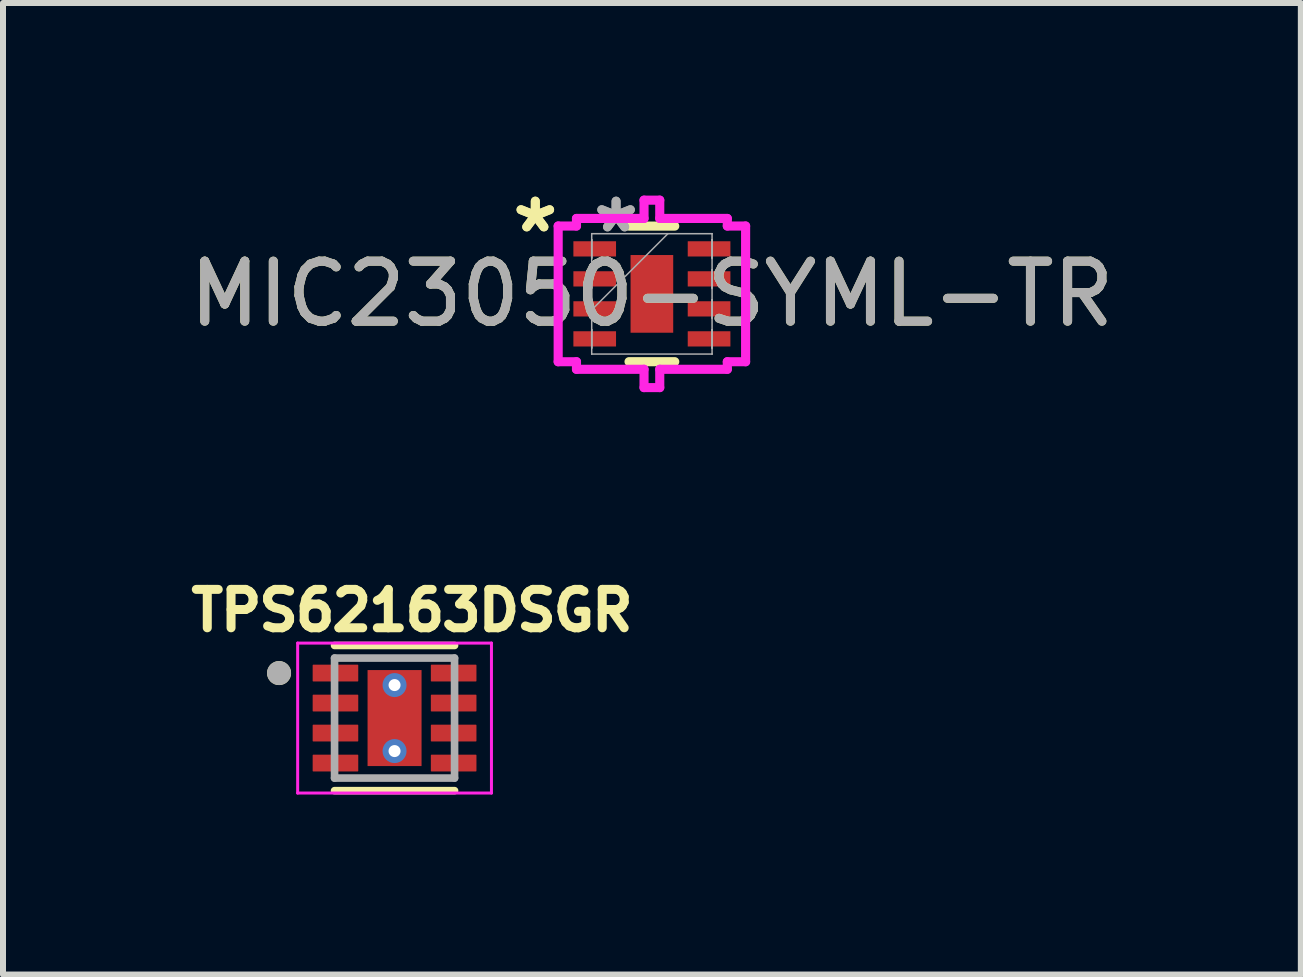
<source format=kicad_pcb>
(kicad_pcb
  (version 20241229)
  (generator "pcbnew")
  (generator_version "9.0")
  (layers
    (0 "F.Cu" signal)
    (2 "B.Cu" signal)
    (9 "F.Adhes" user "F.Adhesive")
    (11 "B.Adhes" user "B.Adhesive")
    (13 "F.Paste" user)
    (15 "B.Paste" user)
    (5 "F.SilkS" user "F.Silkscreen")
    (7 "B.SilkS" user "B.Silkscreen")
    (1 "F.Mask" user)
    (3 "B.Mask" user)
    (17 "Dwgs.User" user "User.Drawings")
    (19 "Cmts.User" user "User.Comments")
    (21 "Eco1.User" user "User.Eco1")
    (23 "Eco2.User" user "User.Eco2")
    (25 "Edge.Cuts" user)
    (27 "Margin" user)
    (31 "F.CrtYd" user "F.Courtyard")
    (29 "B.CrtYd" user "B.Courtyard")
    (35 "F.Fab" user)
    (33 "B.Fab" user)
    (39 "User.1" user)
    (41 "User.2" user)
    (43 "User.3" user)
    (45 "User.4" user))
  (footprint "TPS62163DSGR"
    (layer "F.Cu")
    (at 3.526 8.918)
    (property "Reference" "TPS62163DSGR" (at 0.292 -1.793 0) (layer "F.SilkS") (effects (font (size 0.64 0.64) (thickness 0.15))))
    (attr smd)
    (fp_line (start -1 -1.21) (end 1 -1.21) (stroke (width 0.127) (type solid)) (layer "F.SilkS"))
    (fp_line (start -1 1.21) (end 1 1.21) (stroke (width 0.127) (type solid)) (layer "F.SilkS"))
    (fp_circle (center -1.925 -0.75) (end -1.825 -0.75) (stroke (width 0.2) (type solid)) (fill no) (layer "F.SilkS"))
    (fp_poly (pts (xy -0.284 -0.506) (xy 0.284 -0.506) (xy 0.284 0.506) (xy -0.284 0.506)) (stroke (width 0.01) (type solid)) (fill yes) (layer "F.Paste"))
    (fp_line (start -1.615 -1.25) (end -1.615 1.25) (stroke (width 0.05) (type solid)) (layer "F.CrtYd"))
    (fp_line (start -1.615 -1.25) (end 1.615 -1.25) (stroke (width 0.05) (type solid)) (layer "F.CrtYd"))
    (fp_line (start -1.615 1.25) (end 1.615 1.25) (stroke (width 0.05) (type solid)) (layer "F.CrtYd"))
    (fp_line (start 1.615 -1.25) (end 1.615 1.25) (stroke (width 0.05) (type solid)) (layer "F.CrtYd"))
    (fp_line (start -1 -1) (end -1 1) (stroke (width 0.127) (type solid)) (layer "F.Fab"))
    (fp_line (start -1 -1) (end 1 -1) (stroke (width 0.127) (type solid)) (layer "F.Fab"))
    (fp_line (start -1 1) (end 1 1) (stroke (width 0.127) (type solid)) (layer "F.Fab"))
    (fp_line (start 1 -1) (end 1 1) (stroke (width 0.127) (type solid)) (layer "F.Fab"))
    (fp_circle (center -1.925 -0.75) (end -1.825 -0.75) (stroke (width 0.2) (type solid)) (fill no) (layer "F.Fab"))
    (pad "1" smd roundrect (at -0.985 -0.75) (size 0.76 0.28) (layers "F.Cu" "F.Mask" "F.Paste") (roundrect_rratio 0.04))
    (pad "2" smd roundrect (at -0.985 -0.25) (size 0.76 0.28) (layers "F.Cu" "F.Mask" "F.Paste") (roundrect_rratio 0.04))
    (pad "3" smd roundrect (at -0.985 0.25) (size 0.76 0.28) (layers "F.Cu" "F.Mask" "F.Paste") (roundrect_rratio 0.04))
    (pad "4" smd roundrect (at -0.985 0.75) (size 0.76 0.28) (layers "F.Cu" "F.Mask" "F.Paste") (roundrect_rratio 0.04))
    (pad "5" smd roundrect (at 0.985 0.75) (size 0.76 0.28) (layers "F.Cu" "F.Mask" "F.Paste") (roundrect_rratio 0.04))
    (pad "6" smd roundrect (at 0.985 0.25) (size 0.76 0.28) (layers "F.Cu" "F.Mask" "F.Paste") (roundrect_rratio 0.04))
    (pad "7" smd roundrect (at 0.985 -0.25) (size 0.76 0.28) (layers "F.Cu" "F.Mask" "F.Paste") (roundrect_rratio 0.04))
    (pad "8" smd roundrect (at 0.985 -0.75) (size 0.76 0.28) (layers "F.Cu" "F.Mask" "F.Paste") (roundrect_rratio 0.04))
    (pad "9" smd rect (at 0 0) (size 0.9 1.6) (layers "F.Cu" "F.Mask"))
    (pad "10" thru_hole circle (at 0 -0.55) (size 0.4 0.4) (drill 0.2) (layers "*.Cu"))
    (pad "11" thru_hole circle (at 0 0.55) (size 0.4 0.4) (drill 0.2) (layers "*.Cu")))
  (footprint "MIC23050-SYML-TR"
    (layer "F.Cu")
    (at 7.815 1.848)
    (property "Reference" "MIC23050-SYML-TR" (at 0 0 0) (unlocked yes) (layer "F.SilkS") (effects (font (size 1 1) (thickness 0.15))))
    (attr smd)
    (fp_line (start -0.381 1.13) (end 0.381 1.13) (stroke (width 0.152) (type solid)) (layer "F.SilkS"))
    (fp_line (start 0.381 -1.13) (end -0.381 -1.13) (stroke (width 0.152) (type solid)) (layer "F.SilkS"))
    (fp_line (start -1.562 -1.131) (end -1.257 -1.131) (stroke (width 0.152) (type solid)) (layer "F.CrtYd"))
    (fp_line (start -1.562 1.131) (end -1.562 -1.131) (stroke (width 0.152) (type solid)) (layer "F.CrtYd"))
    (fp_line (start -1.257 -1.257) (end -0.131 -1.257) (stroke (width 0.152) (type solid)) (layer "F.CrtYd"))
    (fp_line (start -1.257 -1.131) (end -1.257 -1.257) (stroke (width 0.152) (type solid)) (layer "F.CrtYd"))
    (fp_line (start -1.257 1.131) (end -1.562 1.131) (stroke (width 0.152) (type solid)) (layer "F.CrtYd"))
    (fp_line (start -1.257 1.257) (end -1.257 1.131) (stroke (width 0.152) (type solid)) (layer "F.CrtYd"))
    (fp_line (start -0.131 -1.562) (end 0.131 -1.562) (stroke (width 0.152) (type solid)) (layer "F.CrtYd"))
    (fp_line (start -0.131 -1.257) (end -0.131 -1.562) (stroke (width 0.152) (type solid)) (layer "F.CrtYd"))
    (fp_line (start -0.131 1.257) (end -1.257 1.257) (stroke (width 0.152) (type solid)) (layer "F.CrtYd"))
    (fp_line (start -0.131 1.562) (end -0.131 1.257) (stroke (width 0.152) (type solid)) (layer "F.CrtYd"))
    (fp_line (start 0.131 -1.562) (end 0.131 -1.257) (stroke (width 0.152) (type solid)) (layer "F.CrtYd"))
    (fp_line (start 0.131 -1.257) (end 1.257 -1.257) (stroke (width 0.152) (type solid)) (layer "F.CrtYd"))
    (fp_line (start 0.131 1.257) (end 0.131 1.562) (stroke (width 0.152) (type solid)) (layer "F.CrtYd"))
    (fp_line (start 0.131 1.562) (end -0.131 1.562) (stroke (width 0.152) (type solid)) (layer "F.CrtYd"))
    (fp_line (start 1.257 -1.257) (end 1.257 -1.131) (stroke (width 0.152) (type solid)) (layer "F.CrtYd"))
    (fp_line (start 1.257 -1.131) (end 1.562 -1.131) (stroke (width 0.152) (type solid)) (layer "F.CrtYd"))
    (fp_line (start 1.257 1.131) (end 1.257 1.257) (stroke (width 0.152) (type solid)) (layer "F.CrtYd"))
    (fp_line (start 1.257 1.257) (end 0.131 1.257) (stroke (width 0.152) (type solid)) (layer "F.CrtYd"))
    (fp_line (start 1.562 -1.131) (end 1.562 1.131) (stroke (width 0.152) (type solid)) (layer "F.CrtYd"))
    (fp_line (start 1.562 1.131) (end 1.257 1.131) (stroke (width 0.152) (type solid)) (layer "F.CrtYd"))
    (fp_line (start -1.003 -1.003) (end -1.003 -1.003) (stroke (width 0.025) (type solid)) (layer "F.Fab"))
    (fp_line (start -1.003 -1.003) (end -1.003 1.003) (stroke (width 0.025) (type solid)) (layer "F.Fab"))
    (fp_line (start -1.003 -0.902) (end -1.003 -0.902) (stroke (width 0.025) (type solid)) (layer "F.Fab"))
    (fp_line (start -1.003 -0.902) (end -1.003 -0.598) (stroke (width 0.025) (type solid)) (layer "F.Fab"))
    (fp_line (start -1.003 -0.598) (end -1.003 -0.902) (stroke (width 0.025) (type solid)) (layer "F.Fab"))
    (fp_line (start -1.003 -0.598) (end -1.003 -0.598) (stroke (width 0.025) (type solid)) (layer "F.Fab"))
    (fp_line (start -1.003 -0.402) (end -1.003 -0.402) (stroke (width 0.025) (type solid)) (layer "F.Fab"))
    (fp_line (start -1.003 -0.402) (end -1.003 -0.098) (stroke (width 0.025) (type solid)) (layer "F.Fab"))
    (fp_line (start -1.003 -0.098) (end -1.003 -0.402) (stroke (width 0.025) (type solid)) (layer "F.Fab"))
    (fp_line (start -1.003 -0.098) (end -1.003 -0.098) (stroke (width 0.025) (type solid)) (layer "F.Fab"))
    (fp_line (start -1.003 0.098) (end -1.003 0.098) (stroke (width 0.025) (type solid)) (layer "F.Fab"))
    (fp_line (start -1.003 0.098) (end -1.003 0.402) (stroke (width 0.025) (type solid)) (layer "F.Fab"))
    (fp_line (start -1.003 0.267) (end 0.267 -1.003) (stroke (width 0.025) (type solid)) (layer "F.Fab"))
    (fp_line (start -1.003 0.402) (end -1.003 0.098) (stroke (width 0.025) (type solid)) (layer "F.Fab"))
    (fp_line (start -1.003 0.402) (end -1.003 0.402) (stroke (width 0.025) (type solid)) (layer "F.Fab"))
    (fp_line (start -1.003 0.598) (end -1.003 0.598) (stroke (width 0.025) (type solid)) (layer "F.Fab"))
    (fp_line (start -1.003 0.598) (end -1.003 0.902) (stroke (width 0.025) (type solid)) (layer "F.Fab"))
    (fp_line (start -1.003 0.902) (end -1.003 0.598) (stroke (width 0.025) (type solid)) (layer "F.Fab"))
    (fp_line (start -1.003 0.902) (end -1.003 0.902) (stroke (width 0.025) (type solid)) (layer "F.Fab"))
    (fp_line (start -1.003 1.003) (end -1.003 1.003) (stroke (width 0.025) (type solid)) (layer "F.Fab"))
    (fp_line (start -1.003 1.003) (end 1.003 1.003) (stroke (width 0.025) (type solid)) (layer "F.Fab"))
    (fp_line (start 1.003 -1.003) (end -1.003 -1.003) (stroke (width 0.025) (type solid)) (layer "F.Fab"))
    (fp_line (start 1.003 -1.003) (end 1.003 -1.003) (stroke (width 0.025) (type solid)) (layer "F.Fab"))
    (fp_line (start 1.003 -0.902) (end 1.003 -0.902) (stroke (width 0.025) (type solid)) (layer "F.Fab"))
    (fp_line (start 1.003 -0.902) (end 1.003 -0.598) (stroke (width 0.025) (type solid)) (layer "F.Fab"))
    (fp_line (start 1.003 -0.598) (end 1.003 -0.902) (stroke (width 0.025) (type solid)) (layer "F.Fab"))
    (fp_line (start 1.003 -0.598) (end 1.003 -0.598) (stroke (width 0.025) (type solid)) (layer "F.Fab"))
    (fp_line (start 1.003 -0.402) (end 1.003 -0.402) (stroke (width 0.025) (type solid)) (layer "F.Fab"))
    (fp_line (start 1.003 -0.402) (end 1.003 -0.098) (stroke (width 0.025) (type solid)) (layer "F.Fab"))
    (fp_line (start 1.003 -0.098) (end 1.003 -0.402) (stroke (width 0.025) (type solid)) (layer "F.Fab"))
    (fp_line (start 1.003 -0.098) (end 1.003 -0.098) (stroke (width 0.025) (type solid)) (layer "F.Fab"))
    (fp_line (start 1.003 0.098) (end 1.003 0.098) (stroke (width 0.025) (type solid)) (layer "F.Fab"))
    (fp_line (start 1.003 0.098) (end 1.003 0.402) (stroke (width 0.025) (type solid)) (layer "F.Fab"))
    (fp_line (start 1.003 0.402) (end 1.003 0.098) (stroke (width 0.025) (type solid)) (layer "F.Fab"))
    (fp_line (start 1.003 0.402) (end 1.003 0.402) (stroke (width 0.025) (type solid)) (layer "F.Fab"))
    (fp_line (start 1.003 0.598) (end 1.003 0.598) (stroke (width 0.025) (type solid)) (layer "F.Fab"))
    (fp_line (start 1.003 0.598) (end 1.003 0.902) (stroke (width 0.025) (type solid)) (layer "F.Fab"))
    (fp_line (start 1.003 0.902) (end 1.003 0.598) (stroke (width 0.025) (type solid)) (layer "F.Fab"))
    (fp_line (start 1.003 0.902) (end 1.003 0.902) (stroke (width 0.025) (type solid)) (layer "F.Fab"))
    (fp_line (start 1.003 1.003) (end 1.003 -1.003) (stroke (width 0.025) (type solid)) (layer "F.Fab"))
    (fp_line (start 1.003 1.003) (end 1.003 1.003) (stroke (width 0.025) (type solid)) (layer "F.Fab"))
    (fp_text user "*" (at -1.943 -1 0) (unlocked yes) (layer "F.SilkS") (effects (font (size 1 1) (thickness 0.15))))
    (fp_text user "*" (at -1.943 -1 0) (layer "F.SilkS") (effects (font (size 1 1) (thickness 0.15))))
    (fp_text user "*" (at -0.597 -1 0) (unlocked yes) (layer "F.Fab") (effects (font (size 1 1) (thickness 0.15))))
    (fp_text user "*" (at -0.597 -1 0) (layer "F.Fab") (effects (font (size 1 1) (thickness 0.15))))
    (fp_text user "${REFERENCE}" (at 0 0 0) (unlocked yes) (layer "F.Fab") (effects (font (size 1 1) (thickness 0.15))))
    (pad "1" smd rect (at -0.953 -0.75 90) (size 0.254 0.711) (layers "F.Cu" "F.Mask" "F.Paste"))
    (pad "2" smd rect (at -0.953 -0.25 90) (size 0.254 0.711) (layers "F.Cu" "F.Mask" "F.Paste"))
    (pad "3" smd rect (at -0.953 0.25 90) (size 0.254 0.711) (layers "F.Cu" "F.Mask" "F.Paste"))
    (pad "4" smd rect (at -0.953 0.75 90) (size 0.254 0.711) (layers "F.Cu" "F.Mask" "F.Paste"))
    (pad "5" smd rect (at 0.953 0.75 90) (size 0.254 0.711) (layers "F.Cu" "F.Mask" "F.Paste"))
    (pad "6" smd rect (at 0.953 0.25 90) (size 0.254 0.711) (layers "F.Cu" "F.Mask" "F.Paste"))
    (pad "7" smd rect (at 0.953 -0.25 90) (size 0.254 0.711) (layers "F.Cu" "F.Mask" "F.Paste"))
    (pad "8" smd rect (at 0.953 -0.75 90) (size 0.254 0.711) (layers "F.Cu" "F.Mask" "F.Paste"))
    (pad "9" smd rect (at 0 0) (size 0.711 1.295) (layers "F.Cu" "F.Mask" "F.Paste")))
  (gr_rect
    (start -3 -3)
    (end 18.631 13.193)
    (stroke (width 0.1) (type default))
    (fill no)
    (layer "Edge.Cuts")))
</source>
